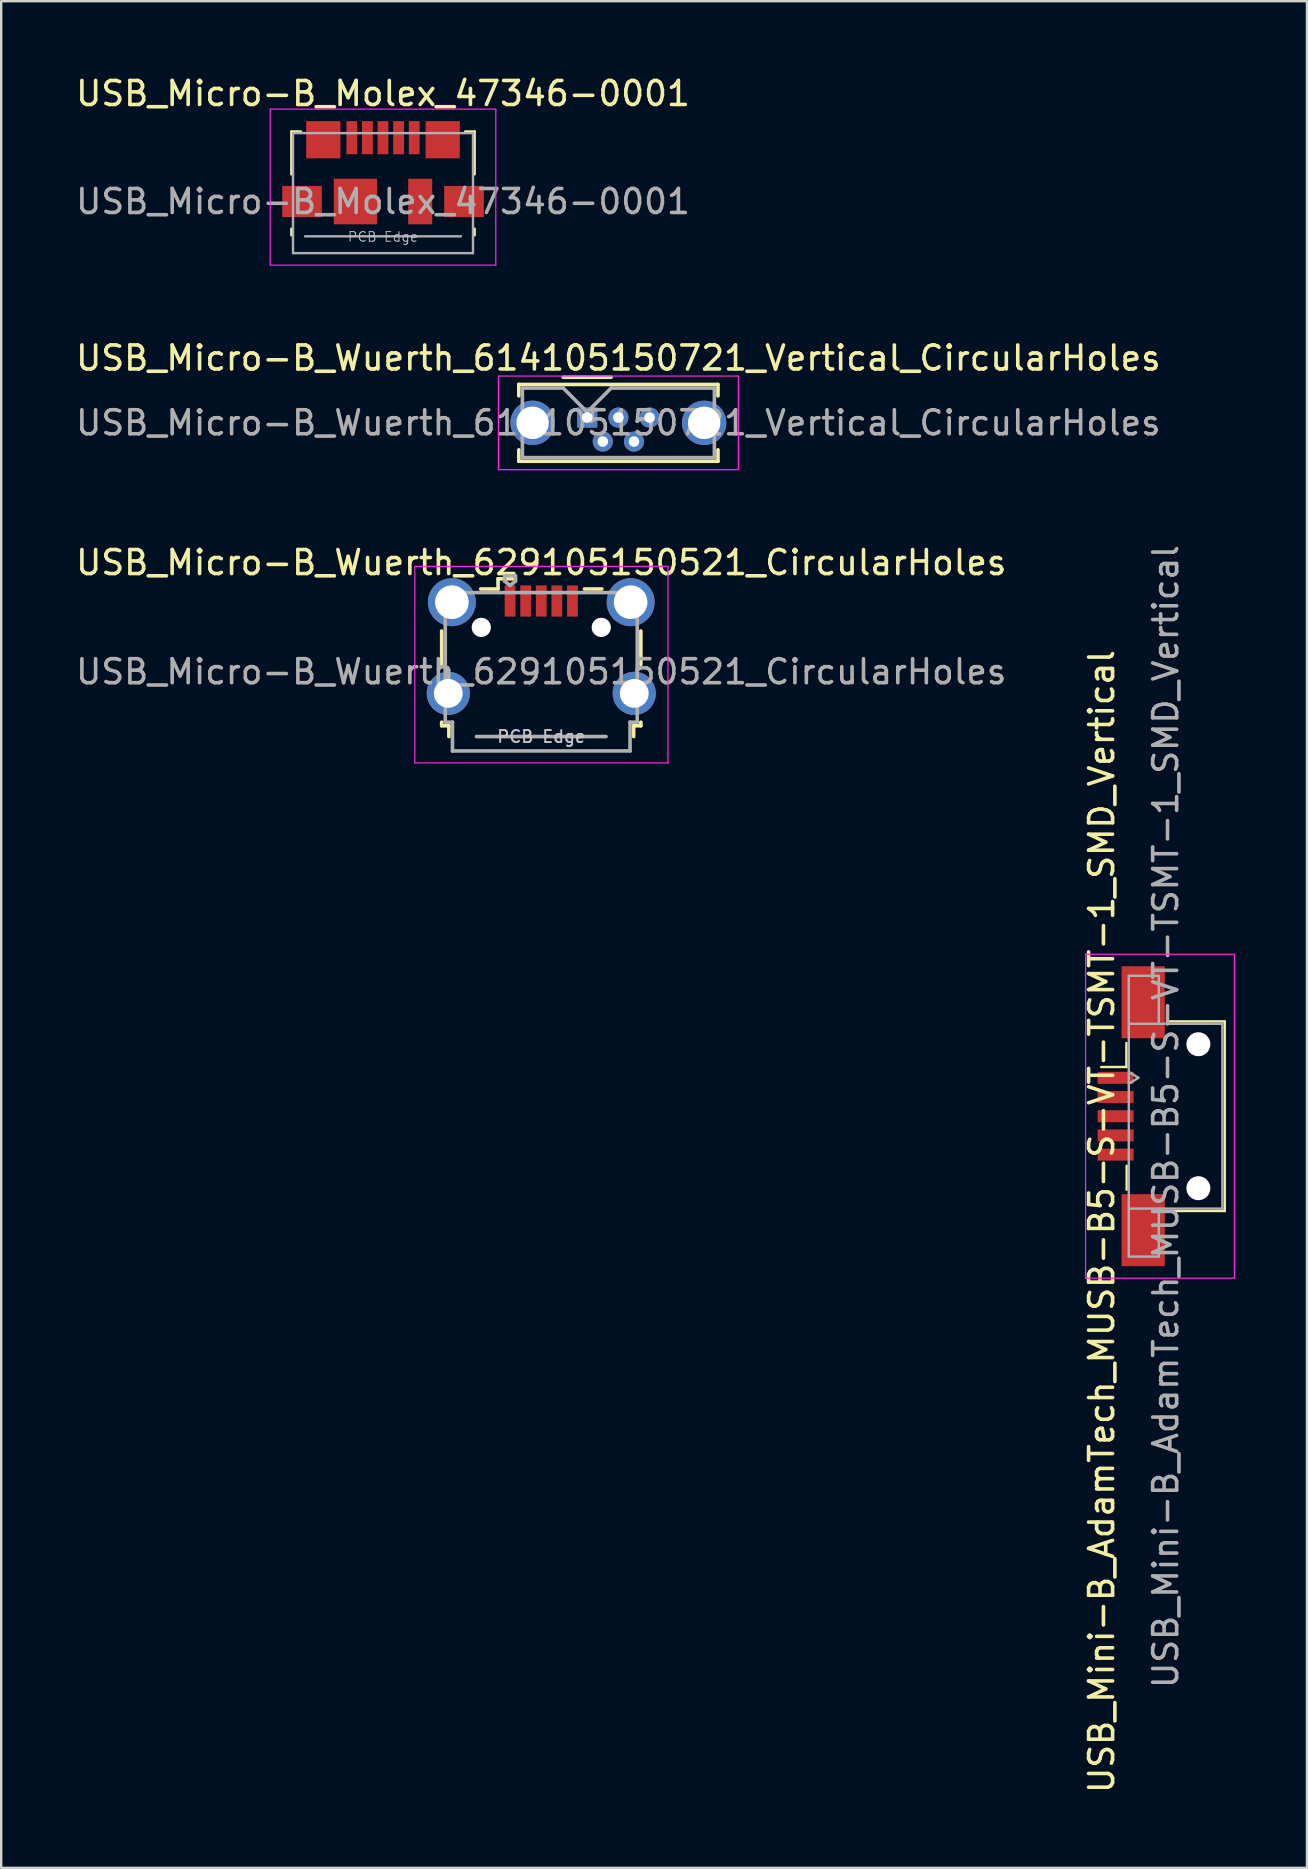
<source format=kicad_pcb>
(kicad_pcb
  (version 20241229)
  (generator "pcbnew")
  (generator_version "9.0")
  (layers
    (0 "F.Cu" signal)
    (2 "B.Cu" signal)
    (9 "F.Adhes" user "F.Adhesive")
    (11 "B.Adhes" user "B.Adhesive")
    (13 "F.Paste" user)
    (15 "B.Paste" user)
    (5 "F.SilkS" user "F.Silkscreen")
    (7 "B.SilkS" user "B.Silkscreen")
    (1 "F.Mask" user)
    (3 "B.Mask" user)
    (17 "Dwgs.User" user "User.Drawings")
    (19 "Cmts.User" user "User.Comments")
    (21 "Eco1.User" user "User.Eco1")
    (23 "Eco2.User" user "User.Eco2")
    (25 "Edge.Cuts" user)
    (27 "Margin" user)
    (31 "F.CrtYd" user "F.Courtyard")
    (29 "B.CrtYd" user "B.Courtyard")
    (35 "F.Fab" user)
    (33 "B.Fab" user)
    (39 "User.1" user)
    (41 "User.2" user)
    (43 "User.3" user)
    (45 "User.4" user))
  (footprint "USB_Mini-B_AdamTech_MUSB-B5-S-VT-TSMT-1_SMD_Vertical"
    (layer "F.Cu")
    (at 45.04 43.466)
    (property "Reference" "USB_Mini-B_AdamTech_MUSB-B5-S-VT-TSMT-1_SMD_Vertical" (at -2.18 4.39 90) (layer "F.SilkS") (effects (font (size 1 1) (thickness 0.15))))
    (attr smd)
    (fp_line (start -2.2 -2.05) (end -1.15 -2.05) (stroke (width 0.1) (type solid)) (layer "F.SilkS"))
    (fp_line (start -1.15 -2.05) (end -1.15 -3.05) (stroke (width 0.1) (type solid)) (layer "F.SilkS"))
    (fp_line (start -1.139 2.064) (end -1.139 3.064) (stroke (width 0.1) (type solid)) (layer "F.SilkS"))
    (fp_line (start 0.65 3.95) (end 2.95 3.95) (stroke (width 0.1) (type solid)) (layer "F.SilkS"))
    (fp_line (start 2.95 -3.95) (end 0.65 -3.95) (stroke (width 0.1) (type solid)) (layer "F.SilkS"))
    (fp_line (start 2.95 3.95) (end 2.95 -3.95) (stroke (width 0.1) (type solid)) (layer "F.SilkS"))
    (fp_line (start -2.85 -6.75) (end 3.35 -6.75) (stroke (width 0.05) (type solid)) (layer "F.CrtYd"))
    (fp_line (start -2.85 6.75) (end -2.85 -6.75) (stroke (width 0.05) (type solid)) (layer "F.CrtYd"))
    (fp_line (start 3.35 -6.75) (end 3.35 6.75) (stroke (width 0.05) (type solid)) (layer "F.CrtYd"))
    (fp_line (start 3.35 6.75) (end -2.85 6.75) (stroke (width 0.05) (type solid)) (layer "F.CrtYd"))
    (fp_line (start -1.05 -5.85) (end -1.05 5.85) (stroke (width 0.1) (type solid)) (layer "F.Fab"))
    (fp_line (start -1.05 -5.85) (end 0.2 -5.85) (stroke (width 0.1) (type solid)) (layer "F.Fab"))
    (fp_line (start -1.05 -1.85) (end -0.65 -1.6) (stroke (width 0.1) (type solid)) (layer "F.Fab"))
    (fp_line (start -1.05 3.85) (end 2.85 3.85) (stroke (width 0.1) (type solid)) (layer "F.Fab"))
    (fp_line (start -1.05 5.85) (end 0.2 5.85) (stroke (width 0.1) (type solid)) (layer "F.Fab"))
    (fp_line (start -0.65 -1.6) (end -1.05 -1.35) (stroke (width 0.1) (type solid)) (layer "F.Fab"))
    (fp_line (start 0.2 -5.85) (end 0.2 -3.85) (stroke (width 0.1) (type solid)) (layer "F.Fab"))
    (fp_line (start 0.2 5.85) (end 0.2 3.85) (stroke (width 0.1) (type solid)) (layer "F.Fab"))
    (fp_line (start 2.85 -3.85) (end -1.05 -3.85) (stroke (width 0.1) (type solid)) (layer "F.Fab"))
    (fp_line (start 2.85 3.85) (end 2.85 -3.85) (stroke (width 0.1) (type solid)) (layer "F.Fab"))
    (fp_text user "${REFERENCE}" (at 0.49 0.015 90) (layer "F.Fab") (effects (font (size 1 1) (thickness 0.15))))
    (pad "" np_thru_hole circle (at 1.85 -3 90) (size 1 1) (drill 1) (layers "*.Cu" "*.Mask"))
    (pad "" np_thru_hole circle (at 1.85 3 90) (size 1 1) (drill 1) (layers "*.Cu" "*.Mask"))
    (pad "1" smd rect (at -1.6 -1.6 90) (size 0.5 1.5) (layers "F.Cu" "F.Mask" "F.Paste"))
    (pad "2" smd rect (at -1.6 -0.8 90) (size 0.5 1.5) (layers "F.Cu" "F.Mask" "F.Paste"))
    (pad "3" smd rect (at -1.6 0 90) (size 0.5 1.5) (layers "F.Cu" "F.Mask" "F.Paste"))
    (pad "4" smd rect (at -1.6 0.8 90) (size 0.5 1.5) (layers "F.Cu" "F.Mask" "F.Paste"))
    (pad "5" smd rect (at -1.6 1.6 90) (size 0.5 1.5) (layers "F.Cu" "F.Mask" "F.Paste"))
    (pad "6" smd rect (at -0.45 -4.75 90) (size 3 1.8) (layers "F.Cu" "F.Mask" "F.Paste"))
    (pad "6" smd rect (at -0.45 4.75 90) (size 3 1.8) (layers "F.Cu" "F.Mask" "F.Paste")))
  (footprint "USB_Micro-B_Molex_47346-0001"
    (layer "F.Cu")
    (at 12.911 4.148)
    (property "Reference" "USB_Micro-B_Molex_47346-0001" (at 0 -3.3 180) (layer "F.SilkS") (effects (font (size 1 1) (thickness 0.15))))
    (attr smd)
    (fp_line (start -3.81 -1.71) (end -3.43 -1.71) (stroke (width 0.12) (type solid)) (layer "F.SilkS"))
    (fp_line (start -3.81 0.06) (end -3.81 -1.71) (stroke (width 0.12) (type solid)) (layer "F.SilkS"))
    (fp_line (start -3.81 2.6) (end -3.81 2.34) (stroke (width 0.12) (type solid)) (layer "F.SilkS"))
    (fp_line (start 3.81 -1.71) (end 3.43 -1.71) (stroke (width 0.12) (type solid)) (layer "F.SilkS"))
    (fp_line (start 3.81 -1.71) (end 3.81 0.06) (stroke (width 0.12) (type solid)) (layer "F.SilkS"))
    (fp_line (start 3.81 2.34) (end 3.81 2.6) (stroke (width 0.12) (type solid)) (layer "F.SilkS"))
    (fp_line (start -4.7 -2.65) (end 4.7 -2.65) (stroke (width 0.05) (type solid)) (layer "F.CrtYd"))
    (fp_line (start -4.7 3.85) (end -4.7 -2.65) (stroke (width 0.05) (type solid)) (layer "F.CrtYd"))
    (fp_line (start 4.7 -2.65) (end 4.7 3.85) (stroke (width 0.05) (type solid)) (layer "F.CrtYd"))
    (fp_line (start 4.7 3.85) (end -4.7 3.85) (stroke (width 0.05) (type solid)) (layer "F.CrtYd"))
    (fp_line (start -3.75 -1.65) (end 3.75 -1.65) (stroke (width 0.1) (type solid)) (layer "F.Fab"))
    (fp_line (start -3.75 3.35) (end -3.75 -1.65) (stroke (width 0.1) (type solid)) (layer "F.Fab"))
    (fp_line (start -3.25 2.65) (end 3.25 2.65) (stroke (width 0.1) (type solid)) (layer "F.Fab"))
    (fp_line (start 3.75 -1.65) (end 3.75 3.35) (stroke (width 0.1) (type solid)) (layer "F.Fab"))
    (fp_line (start 3.75 3.35) (end -3.75 3.35) (stroke (width 0.1) (type solid)) (layer "F.Fab"))
    (fp_text user "PCB Edge" (at 0 2.67 180) (layer "Dwgs.User") (effects (font (size 0.4 0.4) (thickness 0.04))))
    (fp_text user "${REFERENCE}" (at 0 1.2 0) (layer "F.Fab") (effects (font (size 1 1) (thickness 0.15))))
    (pad "1" smd rect (at -1.3 -1.46) (size 0.45 1.38) (layers "F.Cu" "F.Mask" "F.Paste"))
    (pad "2" smd rect (at -0.65 -1.46) (size 0.45 1.38) (layers "F.Cu" "F.Mask" "F.Paste"))
    (pad "3" smd rect (at 0 -1.46) (size 0.45 1.38) (layers "F.Cu" "F.Mask" "F.Paste"))
    (pad "4" smd rect (at 0.65 -1.46) (size 0.45 1.38) (layers "F.Cu" "F.Mask" "F.Paste"))
    (pad "5" smd rect (at 1.3 -1.46) (size 0.45 1.38) (layers "F.Cu" "F.Mask" "F.Paste"))
    (pad "6" smd rect (at -3.375 1.2) (size 1.65 1.3) (layers "F.Cu" "F.Mask" "F.Paste"))
    (pad "6" smd rect (at -2.487 -1.375) (size 1.425 1.55) (layers "F.Cu" "F.Mask" "F.Paste"))
    (pad "6" smd rect (at -1.15 1.2) (size 1.8 1.9) (layers "F.Cu" "F.Mask" "F.Paste"))
    (pad "6" smd rect (at 1.55 1.2) (size 1 1.9) (layers "F.Cu" "F.Mask" "F.Paste"))
    (pad "6" smd rect (at 2.487 -1.375) (size 1.425 1.55) (layers "F.Cu" "F.Mask" "F.Paste"))
    (pad "6" smd rect (at 3.375 1.2) (size 1.65 1.3) (layers "F.Cu" "F.Mask" "F.Paste")))
  (footprint "USB_Micro-B_Wuerth_629105150521_CircularHoles"
    (layer "F.Cu")
    (at 19.506 23.895)
    (property "Reference" "USB_Micro-B_Wuerth_629105150521_CircularHoles" (at 0 -3.5 0) (layer "F.SilkS") (effects (font (size 1 1) (thickness 0.15))))
    (attr smd)
    (fp_line (start -4.15 -0.65) (end -4.15 0.75) (stroke (width 0.15) (type solid)) (layer "F.SilkS"))
    (fp_line (start -4.15 3.15) (end -4.15 3.3) (stroke (width 0.15) (type solid)) (layer "F.SilkS"))
    (fp_line (start -4.15 3.3) (end -3.85 3.3) (stroke (width 0.15) (type solid)) (layer "F.SilkS"))
    (fp_line (start -3.85 3.3) (end -3.85 3.75) (stroke (width 0.15) (type solid)) (layer "F.SilkS"))
    (fp_line (start -1.8 -2.825) (end -1.8 -2.4) (stroke (width 0.15) (type solid)) (layer "F.SilkS"))
    (fp_line (start -1.8 -2.4) (end -2.525 -2.4) (stroke (width 0.15) (type solid)) (layer "F.SilkS"))
    (fp_line (start -1.075 -2.825) (end -1.8 -2.825) (stroke (width 0.15) (type solid)) (layer "F.SilkS"))
    (fp_line (start 1.8 -2.4) (end 2.525 -2.4) (stroke (width 0.15) (type solid)) (layer "F.SilkS"))
    (fp_line (start 3.85 3.3) (end 4.15 3.3) (stroke (width 0.15) (type solid)) (layer "F.SilkS"))
    (fp_line (start 3.85 3.75) (end 3.85 3.3) (stroke (width 0.15) (type solid)) (layer "F.SilkS"))
    (fp_line (start 4.15 0.75) (end 4.15 -0.65) (stroke (width 0.15) (type solid)) (layer "F.SilkS"))
    (fp_line (start 4.15 3.3) (end 4.15 3.15) (stroke (width 0.15) (type solid)) (layer "F.SilkS"))
    (fp_line (start -5.27 -3.34) (end -5.27 4.85) (stroke (width 0.05) (type solid)) (layer "F.CrtYd"))
    (fp_line (start -5.27 4.85) (end 5.28 4.85) (stroke (width 0.05) (type solid)) (layer "F.CrtYd"))
    (fp_line (start 5.28 -3.34) (end -5.27 -3.34) (stroke (width 0.05) (type solid)) (layer "F.CrtYd"))
    (fp_line (start 5.28 4.85) (end 5.28 -3.34) (stroke (width 0.05) (type solid)) (layer "F.CrtYd"))
    (fp_line (start -4 -2.25) (end -4 3.15) (stroke (width 0.15) (type solid)) (layer "F.Fab"))
    (fp_line (start -4 3.15) (end -3.7 3.15) (stroke (width 0.15) (type solid)) (layer "F.Fab"))
    (fp_line (start -3.7 3.15) (end -3.7 4.35) (stroke (width 0.15) (type solid)) (layer "F.Fab"))
    (fp_line (start -3.7 4.35) (end 3.7 4.35) (stroke (width 0.15) (type solid)) (layer "F.Fab"))
    (fp_line (start -2.7 3.75) (end 2.7 3.75) (stroke (width 0.15) (type solid)) (layer "F.Fab"))
    (fp_line (start -1.525 -2.95) (end -1.075 -2.95) (stroke (width 0.15) (type solid)) (layer "F.Fab"))
    (fp_line (start -1.525 -2.725) (end -1.525 -2.95) (stroke (width 0.15) (type solid)) (layer "F.Fab"))
    (fp_line (start -1.3 -2.55) (end -1.525 -2.725) (stroke (width 0.15) (type solid)) (layer "F.Fab"))
    (fp_line (start -1.075 -2.95) (end -1.075 -2.725) (stroke (width 0.15) (type solid)) (layer "F.Fab"))
    (fp_line (start -1.075 -2.725) (end -1.3 -2.55) (stroke (width 0.15) (type solid)) (layer "F.Fab"))
    (fp_line (start 3.7 3.15) (end 4 3.15) (stroke (width 0.15) (type solid)) (layer "F.Fab"))
    (fp_line (start 3.7 4.35) (end 3.7 3.15) (stroke (width 0.15) (type solid)) (layer "F.Fab"))
    (fp_line (start 4 -2.25) (end -4 -2.25) (stroke (width 0.15) (type solid)) (layer "F.Fab"))
    (fp_line (start 4 3.15) (end 4 -2.25) (stroke (width 0.15) (type solid)) (layer "F.Fab"))
    (fp_text user "PCB Edge" (at 0 3.75 0) (layer "Dwgs.User") (effects (font (size 0.5 0.5) (thickness 0.08))))
    (fp_text user "${REFERENCE}" (at 0 1.05 0) (layer "F.Fab") (effects (font (size 1 1) (thickness 0.15))))
    (pad "" np_thru_hole circle (at -2.5 -0.8) (size 0.8 0.8) (drill 0.8) (layers "*.Cu" "*.Mask"))
    (pad "" np_thru_hole circle (at 2.5 -0.8) (size 0.8 0.8) (drill 0.8) (layers "*.Cu" "*.Mask"))
    (pad "1" smd rect (at -1.3 -1.9) (size 0.45 1.3) (layers "F.Cu" "F.Mask" "F.Paste"))
    (pad "2" smd rect (at -0.65 -1.9) (size 0.45 1.3) (layers "F.Cu" "F.Mask" "F.Paste"))
    (pad "3" smd rect (at 0 -1.9) (size 0.45 1.3) (layers "F.Cu" "F.Mask" "F.Paste"))
    (pad "4" smd rect (at 0.65 -1.9) (size 0.45 1.3) (layers "F.Cu" "F.Mask" "F.Paste"))
    (pad "5" smd rect (at 1.3 -1.9) (size 0.45 1.3) (layers "F.Cu" "F.Mask" "F.Paste"))
    (pad "6" thru_hole circle (at -3.875 1.95) (size 1.8 1.8) (drill 1.2) (layers "*.Cu" "*.Mask"))
    (pad "6" thru_hole circle (at -3.725 -1.85) (size 2 2) (drill 1.4) (layers "*.Cu" "*.Mask"))
    (pad "6" thru_hole circle (at 3.725 -1.85) (size 2 2) (drill 1.4) (layers "*.Cu" "*.Mask"))
    (pad "6" thru_hole circle (at 3.875 1.95) (size 1.8 1.8) (drill 1.2) (layers "*.Cu" "*.Mask")))
  (footprint "USB_Micro-B_Wuerth_614105150721_Vertical_CircularHoles"
    (layer "F.Cu")
    (at 21.42 14.351)
    (property "Reference" "USB_Micro-B_Wuerth_614105150721_Vertical_CircularHoles" (at 1.3 -2.48 0) (layer "F.SilkS") (effects (font (size 1 1) (thickness 0.15))))
    (attr through_hole)
    (fp_line (start -2.85 -1.38) (end 5.45 -1.38) (stroke (width 0.15) (type solid)) (layer "F.SilkS"))
    (fp_line (start -2.85 -0.905) (end -2.85 -1.38) (stroke (width 0.15) (type solid)) (layer "F.SilkS"))
    (fp_line (start -2.85 1.345) (end -2.85 1.82) (stroke (width 0.15) (type solid)) (layer "F.SilkS"))
    (fp_line (start -2.85 1.82) (end 5.45 1.82) (stroke (width 0.15) (type solid)) (layer "F.SilkS"))
    (fp_line (start -1 -1.68) (end 1 -1.68) (stroke (width 0.15) (type solid)) (layer "F.SilkS"))
    (fp_line (start 5.45 -1.38) (end 5.45 -0.905) (stroke (width 0.15) (type solid)) (layer "F.SilkS"))
    (fp_line (start 5.45 1.82) (end 5.45 1.345) (stroke (width 0.15) (type solid)) (layer "F.SilkS"))
    (fp_line (start -3.7 -1.73) (end -3.7 2.17) (stroke (width 0.05) (type solid)) (layer "F.CrtYd"))
    (fp_line (start -3.7 2.17) (end 6.3 2.17) (stroke (width 0.05) (type solid)) (layer "F.CrtYd"))
    (fp_line (start 6.3 -1.73) (end -3.7 -1.73) (stroke (width 0.05) (type solid)) (layer "F.CrtYd"))
    (fp_line (start 6.3 2.17) (end 6.3 -1.73) (stroke (width 0.05) (type solid)) (layer "F.CrtYd"))
    (fp_line (start -2.7 -1.23) (end -1 -1.23) (stroke (width 0.15) (type solid)) (layer "F.Fab"))
    (fp_line (start -2.7 1.67) (end -2.7 -1.23) (stroke (width 0.15) (type solid)) (layer "F.Fab"))
    (fp_line (start -1 -1.23) (end 0 -0.23) (stroke (width 0.15) (type solid)) (layer "F.Fab"))
    (fp_line (start 0 -0.23) (end 1 -1.23) (stroke (width 0.15) (type solid)) (layer "F.Fab"))
    (fp_line (start 1 -1.23) (end 5.3 -1.23) (stroke (width 0.15) (type solid)) (layer "F.Fab"))
    (fp_line (start 5.3 -1.23) (end 5.3 1.67) (stroke (width 0.15) (type solid)) (layer "F.Fab"))
    (fp_line (start 5.3 1.67) (end -2.7 1.67) (stroke (width 0.15) (type solid)) (layer "F.Fab"))
    (fp_text user "${REFERENCE}" (at 1.3 0.22 0) (layer "F.Fab") (effects (font (size 1 1) (thickness 0.15))))
    (pad "1" thru_hole rect (at 0 0) (size 0.84 0.84) (drill 0.44) (layers "*.Cu" "*.Mask"))
    (pad "2" thru_hole circle (at 0.65 1) (size 0.84 0.84) (drill 0.44) (layers "*.Cu" "*.Mask"))
    (pad "3" thru_hole circle (at 1.3 0) (size 0.84 0.84) (drill 0.44) (layers "*.Cu" "*.Mask"))
    (pad "4" thru_hole circle (at 1.95 1) (size 0.84 0.84) (drill 0.44) (layers "*.Cu" "*.Mask"))
    (pad "5" thru_hole circle (at 2.6 0) (size 0.84 0.84) (drill 0.44) (layers "*.Cu" "*.Mask"))
    (pad "6" thru_hole circle (at -2.275 0.22) (size 1.85 1.85) (drill 1.35) (layers "*.Cu" "*.Mask"))
    (pad "6" thru_hole circle (at 4.875 0.22) (size 1.85 1.85) (drill 1.35) (layers "*.Cu" "*.Mask")))
  (gr_rect
    (start -3 -3)
    (end 51.415 74.791)
    (stroke (width 0.1) (type default))
    (fill no)
    (layer "Edge.Cuts")))
</source>
